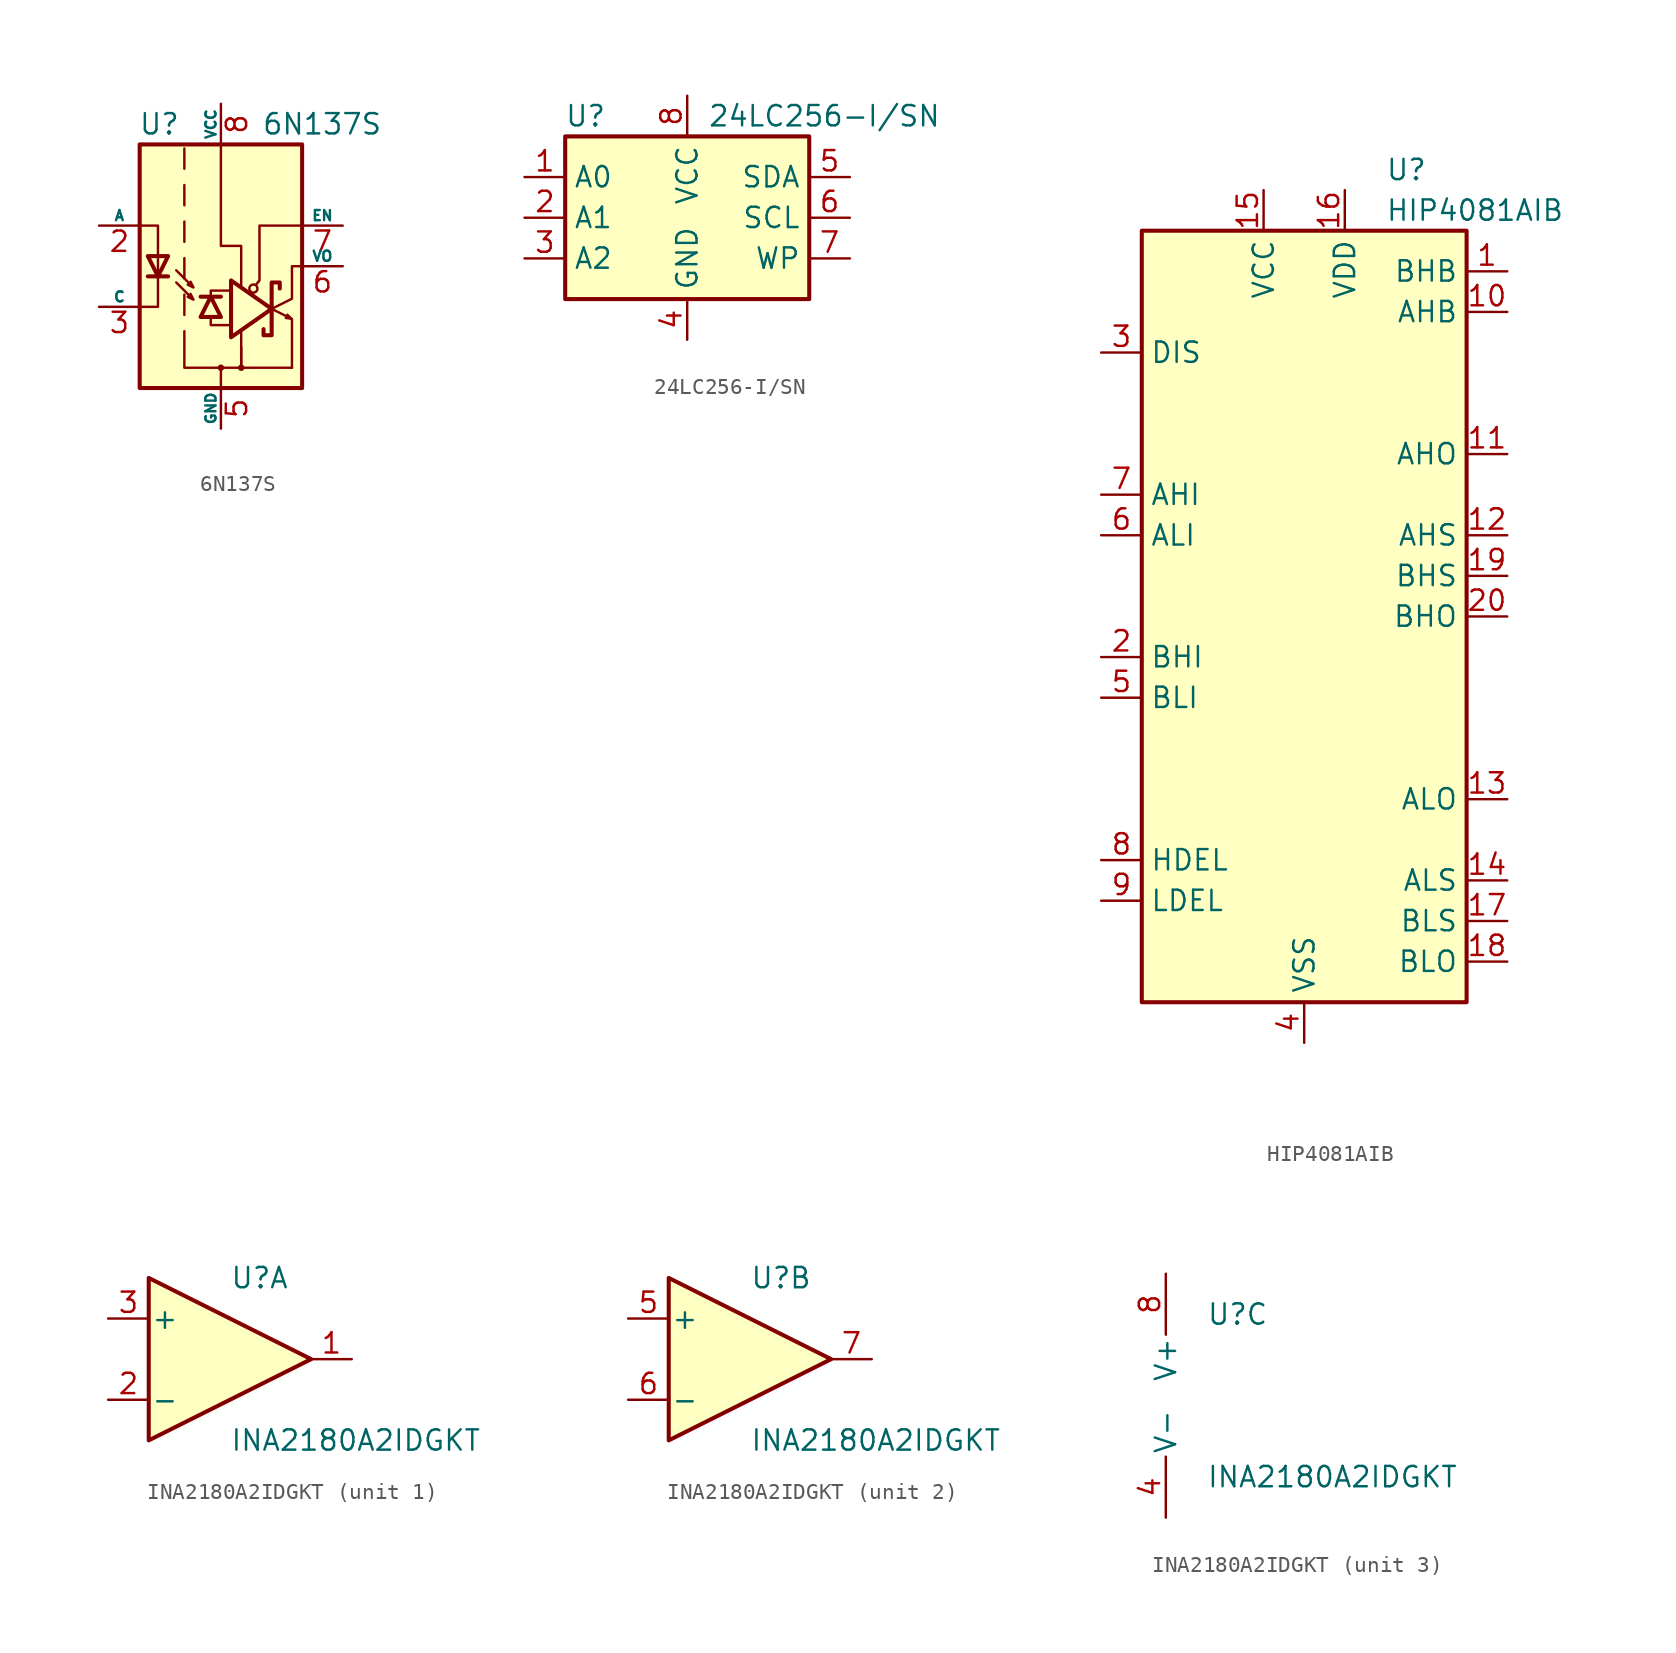
<source format=kicad_sym>
(kicad_symbol_lib
  (version 20241209)
  (generator "kicad_symbol_editor")
  (generator_version "9.0")
  (symbol "6N137S"
    (pin_names
      (offset 0))
    (property "Reference" "U"
      (at -2.54 8.89 0)
      (effects (font (size 1.27 1.27)) (justify right)))
    (property "Value" "6N137S"
      (at 2.54 8.89 0)
      (effects (font (size 1.27 1.27)) (justify left)))
    (symbol "6N137S_0_1"
      (polyline (pts (xy -5.08 -2.54) (xy -3.937 -2.54) (xy -3.937 2.54) (xy -5.08 2.54)) (stroke (width 0) (type default)) (fill (type none)))
      (polyline (pts (xy -2.794 -0.254) (xy -1.717 -1.331) (xy -2.076 -1.152) (xy -1.896 -0.972) (xy -1.717 -1.331)) (stroke (width 0) (type default)) (fill (type none)))
      (polyline (pts (xy -2.794 -1.016) (xy -1.717 -2.093) (xy -2.076 -1.914) (xy -1.896 -1.734) (xy -1.717 -2.093)) (stroke (width 0) (type default)) (fill (type none)))
      (polyline (pts (xy 0 -6.35) (xy -2.286 -6.35) (xy -2.286 -4.064)) (stroke (width 0) (type default)) (fill (type none)))
      (polyline (pts (xy 1.27 -5.08) (xy 1.27 -6.35) (xy 0 -6.35) (xy 0 -7.62)) (stroke (width 0) (type default)) (fill (type none)))
      (polyline (pts (xy 3.175 -2.667) (xy 0.635 -4.445) (xy 0.635 -0.889) (xy 3.175 -2.667)) (stroke (width 0.254) (type default)) (fill (type none))))
    (symbol "6N137S_1_1"
      (rectangle (start -5.08 7.62) (end 5.08 -7.62) (stroke (width 0.254) (type default)) (fill (type background)))
      (polyline (pts (xy -4.572 -0.635) (xy -3.302 -0.635)) (stroke (width 0.254) (type default)) (fill (type none)))
      (polyline (pts (xy -3.937 -0.635) (xy -4.572 0.635) (xy -3.302 0.635) (xy -3.937 -0.635)) (stroke (width 0.254) (type default)) (fill (type none)))
      (polyline (pts (xy -2.286 7.366) (xy -2.286 6.096)) (stroke (width 0) (type default)) (fill (type none)))
      (polyline (pts (xy -2.286 5.08) (xy -2.286 3.81)) (stroke (width 0) (type default)) (fill (type none)))
      (polyline (pts (xy -2.286 2.794) (xy -2.286 1.524)) (stroke (width 0) (type default)) (fill (type none)))
      (polyline (pts (xy -2.286 0.508) (xy -2.286 -0.762)) (stroke (width 0) (type default)) (fill (type none)))
      (polyline (pts (xy -2.286 -1.778) (xy -2.286 -3.048)) (stroke (width 0) (type default)) (fill (type none)))
      (polyline (pts (xy -1.27 -1.905) (xy 0 -1.905)) (stroke (width 0.254) (type default)) (fill (type none)))
      (polyline (pts (xy -0.635 -1.905) (xy -0.635 -1.524) (xy 0.508 -1.524)) (stroke (width 0) (type default)) (fill (type none)))
      (polyline (pts (xy -0.635 -1.905) (xy -1.27 -3.175) (xy 0 -3.175) (xy -0.635 -1.905)) (stroke (width 0.254) (type default)) (fill (type none)))
      (polyline (pts (xy -0.635 -3.302) (xy -0.635 -3.683) (xy 0.635 -3.683)) (stroke (width 0) (type default)) (fill (type none)))
      (circle (center 0 -6.35) (radius 0.127) (stroke (width 0) (type default)) (fill (type outline)))
      (polyline (pts (xy 1.27 -1.27) (xy 1.27 1.27) (xy 0 1.27) (xy 0 7.62)) (stroke (width 0) (type default)) (fill (type none)))
      (polyline (pts (xy 1.27 -4.064) (xy 1.27 -6.35) (xy 4.445 -6.35)) (stroke (width 0) (type default)) (fill (type none)))
      (circle (center 1.27 -6.35) (radius 0.127) (stroke (width 0) (type default)) (fill (type outline)))
      (circle (center 2.032 -1.397) (radius 0.254) (stroke (width 0) (type default)) (fill (type none)))
      (polyline (pts (xy 2.184 -1.168) (xy 2.413 -0.889) (xy 2.413 2.54) (xy 5.08 2.54)) (stroke (width 0) (type default)) (fill (type none)))
      (polyline (pts (xy 3.175 -2.667) (xy 4.445 -3.302) (xy 4.445 -6.35)) (stroke (width 0) (type default)) (fill (type none)))
      (polyline (pts (xy 3.175 -2.667) (xy 3.175 -1.016) (xy 3.683 -1.016) (xy 3.683 -1.397)) (stroke (width 0.254) (type default)) (fill (type none)))
      (polyline (pts (xy 3.175 -2.667) (xy 3.175 -4.318) (xy 2.667 -4.318) (xy 2.667 -3.937)) (stroke (width 0.254) (type default)) (fill (type none)))
      (polyline (pts (xy 3.175 -2.667) (xy 4.445 -2.032) (xy 4.445 0) (xy 5.08 0)) (stroke (width 0) (type default)) (fill (type none)))
      (polyline (pts (xy 4.445 -3.302) (xy 4.161 -3.018) (xy 4.047 -3.246) (xy 4.445 -3.302)) (stroke (width 0.127) (type default)) (fill (type outline)))
      (pin passive line (at -7.62 2.54 0) (length 2.54) (name "A" (effects (font (size 0.635 0.635)))) (number "2" (effects (font (size 1.27 1.27)))))
      (pin passive line (at -7.62 -2.54 0) (length 2.54) (name "C" (effects (font (size 0.635 0.635)))) (number "3" (effects (font (size 1.27 1.27)))))
      (pin no_connect line (at -5.08 7.62 0) (length 0) (hide yes) (name "NC" (effects (font (size 0.635 0.635)))) (number "1" (effects (font (size 1.27 1.27)))))
      (pin no_connect line (at -5.08 -7.62 0) (length 0) (hide yes) (name "" (effects (font (size 0.635 0.635)))) (number "4" (effects (font (size 1.27 1.27)))))
      (pin power_in line (at 0 10.16 270) (length 2.54) (name "VCC" (effects (font (size 0.635 0.635)))) (number "8" (effects (font (size 1.27 1.27)))))
      (pin power_in line (at 0 -10.16 90) (length 2.54) (name "GND" (effects (font (size 0.635 0.635)))) (number "5" (effects (font (size 1.27 1.27)))))
      (pin input line (at 7.62 2.54 180) (length 2.54) (name "EN" (effects (font (size 0.635 0.635)))) (number "7" (effects (font (size 1.27 1.27)))))
      (pin open_collector line (at 7.62 0 180) (length 2.54) (name "VO" (effects (font (size 0.635 0.635)))) (number "6" (effects (font (size 1.27 1.27)))))))
  (symbol "24LC256-I/SN"
    (property "Reference" "U"
      (at -6.35 6.35 0)
      (effects (font (size 1.27 1.27))))
    (property "Value" "24LC256-I{slash}SN"
      (at 1.27 6.35 0)
      (effects (font (size 1.27 1.27)) (justify left)))
    (symbol "24LC256-I/SN_1_1"
      (rectangle (start -7.62 5.08) (end 7.62 -5.08) (stroke (width 0.254) (type default)) (fill (type background)))
      (pin input line (at -10.16 2.54 0) (length 2.54) (name "A0" (effects (font (size 1.27 1.27)))) (number "1" (effects (font (size 1.27 1.27)))))
      (pin input line (at -10.16 0 0) (length 2.54) (name "A1" (effects (font (size 1.27 1.27)))) (number "2" (effects (font (size 1.27 1.27)))))
      (pin input line (at -10.16 -2.54 0) (length 2.54) (name "A2" (effects (font (size 1.27 1.27)))) (number "3" (effects (font (size 1.27 1.27)))))
      (pin power_in line (at 0 7.62 270) (length 2.54) (name "VCC" (effects (font (size 1.27 1.27)))) (number "8" (effects (font (size 1.27 1.27)))))
      (pin power_in line (at 0 -7.62 90) (length 2.54) (name "GND" (effects (font (size 1.27 1.27)))) (number "4" (effects (font (size 1.27 1.27)))))
      (pin bidirectional line (at 10.16 2.54 180) (length 2.54) (name "SDA" (effects (font (size 1.27 1.27)))) (number "5" (effects (font (size 1.27 1.27)))))
      (pin input line (at 10.16 0 180) (length 2.54) (name "SCL" (effects (font (size 1.27 1.27)))) (number "6" (effects (font (size 1.27 1.27)))))
      (pin input line (at 10.16 -2.54 180) (length 2.54) (name "WP" (effects (font (size 1.27 1.27)))) (number "7" (effects (font (size 1.27 1.27)))))))
  (symbol "HIP4081AIB"
    (property "Reference" "U"
      (at 5.08 21.59 0)
      (effects (font (size 1.27 1.27)) (justify left)))
    (property "Value" "HIP4081AIB"
      (at 5.08 19.05 0)
      (effects (font (size 1.27 1.27)) (justify left)))
    (symbol "HIP4081AIB_0_1"
      (rectangle (start -10.16 17.78) (end 10.16 -30.48) (stroke (width 0.254) (type default)) (fill (type background))))
    (symbol "HIP4081AIB_1_1"
      (pin input line (at -12.7 10.16 0) (length 2.54) (name "DIS" (effects (font (size 1.27 1.27)))) (number "3" (effects (font (size 1.27 1.27)))))
      (pin input line (at -12.7 1.27 0) (length 2.54) (name "AHI" (effects (font (size 1.27 1.27)))) (number "7" (effects (font (size 1.27 1.27)))))
      (pin input line (at -12.7 -1.27 0) (length 2.54) (name "ALI" (effects (font (size 1.27 1.27)))) (number "6" (effects (font (size 1.27 1.27)))))
      (pin input line (at -12.7 -8.89 0) (length 2.54) (name "BHI" (effects (font (size 1.27 1.27)))) (number "2" (effects (font (size 1.27 1.27)))))
      (pin input line (at -12.7 -11.43 0) (length 2.54) (name "BLI" (effects (font (size 1.27 1.27)))) (number "5" (effects (font (size 1.27 1.27)))))
      (pin passive line (at -12.7 -21.59 0) (length 2.54) (name "HDEL" (effects (font (size 1.27 1.27)))) (number "8" (effects (font (size 1.27 1.27)))))
      (pin passive line (at -12.7 -24.13 0) (length 2.54) (name "LDEL" (effects (font (size 1.27 1.27)))) (number "9" (effects (font (size 1.27 1.27)))))
      (pin power_in line (at -2.54 20.32 270) (length 2.54) (name "VCC" (effects (font (size 1.27 1.27)))) (number "15" (effects (font (size 1.27 1.27)))))
      (pin power_in line (at 0 -33.02 90) (length 2.54) (name "VSS" (effects (font (size 1.27 1.27)))) (number "4" (effects (font (size 1.27 1.27)))))
      (pin power_in line (at 2.54 20.32 270) (length 2.54) (name "VDD" (effects (font (size 1.27 1.27)))) (number "16" (effects (font (size 1.27 1.27)))))
      (pin input line (at 12.7 15.24 180) (length 2.54) (name "BHB" (effects (font (size 1.27 1.27)))) (number "1" (effects (font (size 1.27 1.27)))))
      (pin input line (at 12.7 12.7 180) (length 2.54) (name "AHB" (effects (font (size 1.27 1.27)))) (number "10" (effects (font (size 1.27 1.27)))))
      (pin output line (at 12.7 3.81 180) (length 2.54) (name "AHO" (effects (font (size 1.27 1.27)))) (number "11" (effects (font (size 1.27 1.27)))))
      (pin passive line (at 12.7 -1.27 180) (length 2.54) (name "AHS" (effects (font (size 1.27 1.27)))) (number "12" (effects (font (size 1.27 1.27)))))
      (pin passive line (at 12.7 -3.81 180) (length 2.54) (name "BHS" (effects (font (size 1.27 1.27)))) (number "19" (effects (font (size 1.27 1.27)))))
      (pin output line (at 12.7 -6.35 180) (length 2.54) (name "BHO" (effects (font (size 1.27 1.27)))) (number "20" (effects (font (size 1.27 1.27)))))
      (pin output line (at 12.7 -17.78 180) (length 2.54) (name "ALO" (effects (font (size 1.27 1.27)))) (number "13" (effects (font (size 1.27 1.27)))))
      (pin passive line (at 12.7 -22.86 180) (length 2.54) (name "ALS" (effects (font (size 1.27 1.27)))) (number "14" (effects (font (size 1.27 1.27)))))
      (pin passive line (at 12.7 -25.4 180) (length 2.54) (name "BLS" (effects (font (size 1.27 1.27)))) (number "17" (effects (font (size 1.27 1.27)))))
      (pin output line (at 12.7 -27.94 180) (length 2.54) (name "BLO" (effects (font (size 1.27 1.27)))) (number "18" (effects (font (size 1.27 1.27)))))))
  (symbol "INA2180A2IDGKT"
    (pin_names
      (offset 0.127))
    (property "Reference" "U"
      (at 0 5.08 0)
      (effects (font (size 1.27 1.27)) (justify left)))
    (property "Value" "INA2180A2IDGKT"
      (at 0 -5.08 0)
      (effects (font (size 1.27 1.27)) (justify left)))
    (property "ki_locked" ""
      (at 0 0 0)
      (effects (font (size 1.27 1.27))))
    (symbol "INA2180A2IDGKT_1_1"
      (polyline (pts (xy -5.08 5.08) (xy 5.08 0) (xy -5.08 -5.08) (xy -5.08 5.08)) (stroke (width 0.254) (type default)) (fill (type background)))
      (pin input line (at -7.62 2.54 0) (length 2.54) (name "+" (effects (font (size 1.27 1.27)))) (number "3" (effects (font (size 1.27 1.27)))))
      (pin input line (at -7.62 -2.54 0) (length 2.54) (name "-" (effects (font (size 1.27 1.27)))) (number "2" (effects (font (size 1.27 1.27)))))
      (pin output line (at 7.62 0 180) (length 2.54) (name "~" (effects (font (size 1.27 1.27)))) (number "1" (effects (font (size 1.27 1.27))))))
    (symbol "INA2180A2IDGKT_2_1"
      (polyline (pts (xy -5.08 5.08) (xy 5.08 0) (xy -5.08 -5.08) (xy -5.08 5.08)) (stroke (width 0.254) (type default)) (fill (type background)))
      (pin input line (at -7.62 2.54 0) (length 2.54) (name "+" (effects (font (size 1.27 1.27)))) (number "5" (effects (font (size 1.27 1.27)))))
      (pin input line (at -7.62 -2.54 0) (length 2.54) (name "-" (effects (font (size 1.27 1.27)))) (number "6" (effects (font (size 1.27 1.27)))))
      (pin output line (at 7.62 0 180) (length 2.54) (name "~" (effects (font (size 1.27 1.27)))) (number "7" (effects (font (size 1.27 1.27))))))
    (symbol "INA2180A2IDGKT_3_1"
      (pin power_in line (at -2.54 7.62 270) (length 3.81) (name "V+" (effects (font (size 1.27 1.27)))) (number "8" (effects (font (size 1.27 1.27)))))
      (pin power_in line (at -2.54 -7.62 90) (length 3.81) (name "V-" (effects (font (size 1.27 1.27)))) (number "4" (effects (font (size 1.27 1.27))))))))
</source>
